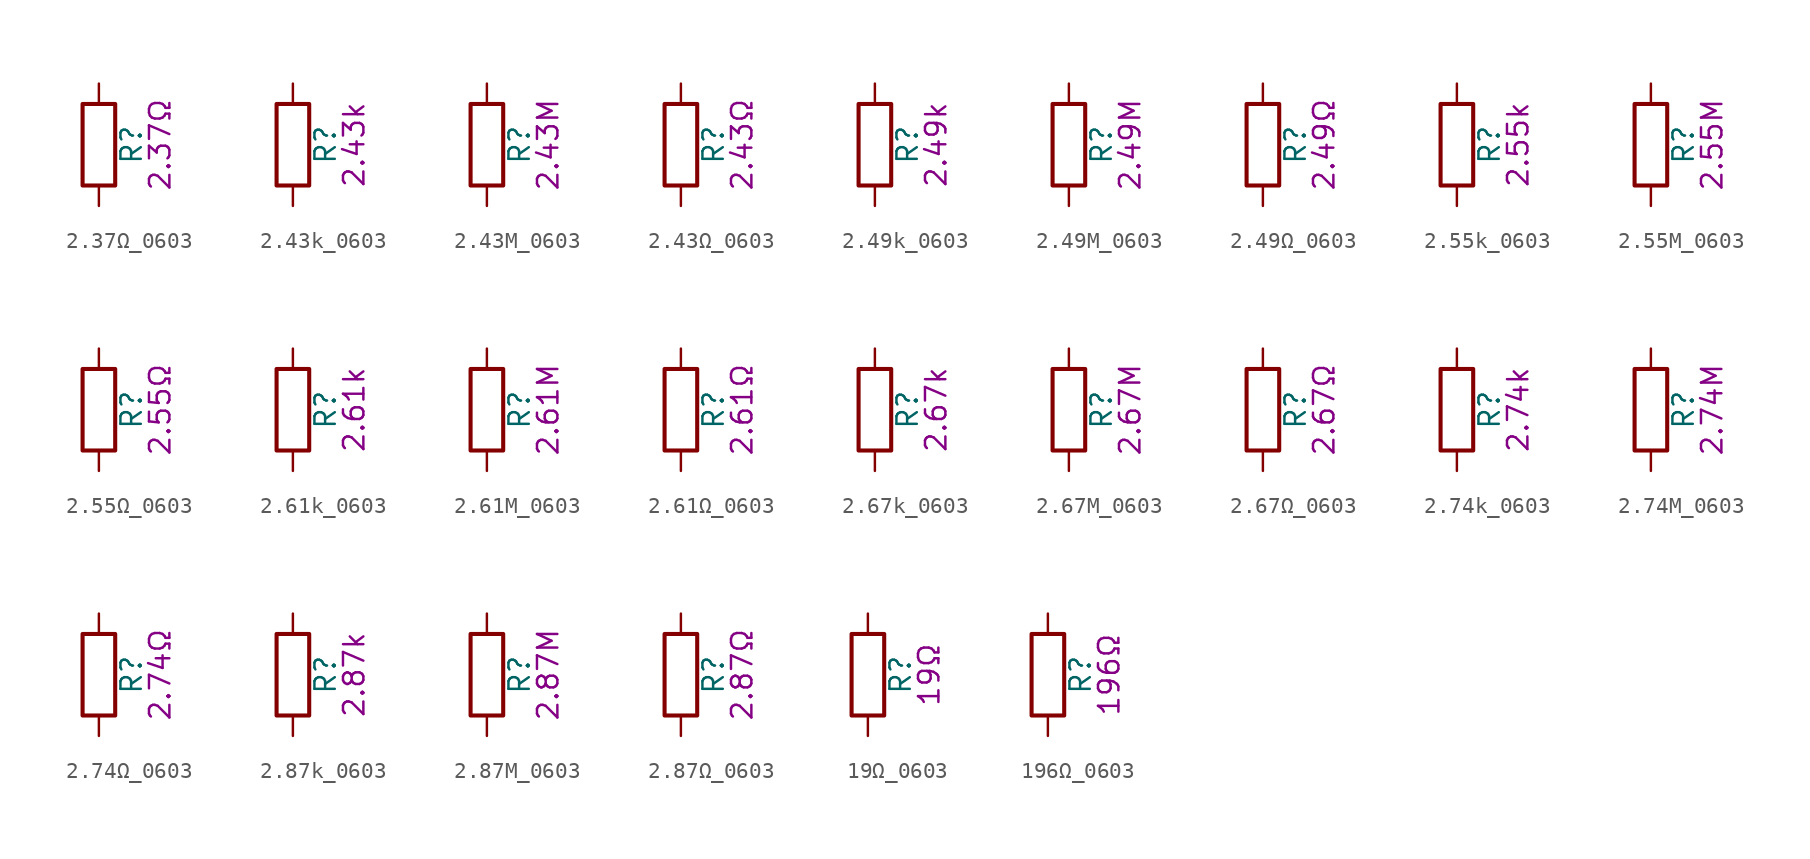
<source format=kicad_sym>
(kicad_symbol_lib
  (version 20211014)
  (generator kicad_symbol_editor)
  (symbol "2.37Ω_0603"
    (pin_numbers hide)
    (pin_names
      (offset 0))
    (property "Reference" "R"
      (at 2.032 0 90)
      (effects (font (size 1.27 1.27))))
    (property "Display" "2.37Ω"
      (at 3.81 0 90)
      (effects (font (size 1.27 1.27))))
    (symbol "2.37Ω_0603_0_1"
      (rectangle (start -1.016 -2.54) (end 1.016 2.54) (stroke (width 0.254) (type default) (color 0 0 0 0)) (fill (type none))))
    (symbol "2.37Ω_0603_1_1"
      (pin passive line (at 0 3.81 270) (length 1.27) (name "~" (effects (font (size 1.27 1.27)))) (number "1" (effects (font (size 1.27 1.27)))))
      (pin passive line (at 0 -3.81 90) (length 1.27) (name "~" (effects (font (size 1.27 1.27)))) (number "2" (effects (font (size 1.27 1.27)))))))
  (symbol "2.43k_0603"
    (pin_numbers hide)
    (pin_names
      (offset 0))
    (property "Reference" "R"
      (at 2.032 0 90)
      (effects (font (size 1.27 1.27))))
    (property "Display" "2.43k"
      (at 3.81 0 90)
      (effects (font (size 1.27 1.27))))
    (symbol "2.43k_0603_0_1"
      (rectangle (start -1.016 -2.54) (end 1.016 2.54) (stroke (width 0.254) (type default) (color 0 0 0 0)) (fill (type none))))
    (symbol "2.43k_0603_1_1"
      (pin passive line (at 0 3.81 270) (length 1.27) (name "~" (effects (font (size 1.27 1.27)))) (number "1" (effects (font (size 1.27 1.27)))))
      (pin passive line (at 0 -3.81 90) (length 1.27) (name "~" (effects (font (size 1.27 1.27)))) (number "2" (effects (font (size 1.27 1.27)))))))
  (symbol "2.43M_0603"
    (pin_numbers hide)
    (pin_names
      (offset 0))
    (property "Reference" "R"
      (at 2.032 0 90)
      (effects (font (size 1.27 1.27))))
    (property "Display" "2.43M"
      (at 3.81 0 90)
      (effects (font (size 1.27 1.27))))
    (symbol "2.43M_0603_0_1"
      (rectangle (start -1.016 -2.54) (end 1.016 2.54) (stroke (width 0.254) (type default) (color 0 0 0 0)) (fill (type none))))
    (symbol "2.43M_0603_1_1"
      (pin passive line (at 0 3.81 270) (length 1.27) (name "~" (effects (font (size 1.27 1.27)))) (number "1" (effects (font (size 1.27 1.27)))))
      (pin passive line (at 0 -3.81 90) (length 1.27) (name "~" (effects (font (size 1.27 1.27)))) (number "2" (effects (font (size 1.27 1.27)))))))
  (symbol "2.43Ω_0603"
    (pin_numbers hide)
    (pin_names
      (offset 0))
    (property "Reference" "R"
      (at 2.032 0 90)
      (effects (font (size 1.27 1.27))))
    (property "Display" "2.43Ω"
      (at 3.81 0 90)
      (effects (font (size 1.27 1.27))))
    (symbol "2.43Ω_0603_0_1"
      (rectangle (start -1.016 -2.54) (end 1.016 2.54) (stroke (width 0.254) (type default) (color 0 0 0 0)) (fill (type none))))
    (symbol "2.43Ω_0603_1_1"
      (pin passive line (at 0 3.81 270) (length 1.27) (name "~" (effects (font (size 1.27 1.27)))) (number "1" (effects (font (size 1.27 1.27)))))
      (pin passive line (at 0 -3.81 90) (length 1.27) (name "~" (effects (font (size 1.27 1.27)))) (number "2" (effects (font (size 1.27 1.27)))))))
  (symbol "2.49k_0603"
    (pin_numbers hide)
    (pin_names
      (offset 0))
    (property "Reference" "R"
      (at 2.032 0 90)
      (effects (font (size 1.27 1.27))))
    (property "Display" "2.49k"
      (at 3.81 0 90)
      (effects (font (size 1.27 1.27))))
    (symbol "2.49k_0603_0_1"
      (rectangle (start -1.016 -2.54) (end 1.016 2.54) (stroke (width 0.254) (type default) (color 0 0 0 0)) (fill (type none))))
    (symbol "2.49k_0603_1_1"
      (pin passive line (at 0 3.81 270) (length 1.27) (name "~" (effects (font (size 1.27 1.27)))) (number "1" (effects (font (size 1.27 1.27)))))
      (pin passive line (at 0 -3.81 90) (length 1.27) (name "~" (effects (font (size 1.27 1.27)))) (number "2" (effects (font (size 1.27 1.27)))))))
  (symbol "2.49M_0603"
    (pin_numbers hide)
    (pin_names
      (offset 0))
    (property "Reference" "R"
      (at 2.032 0 90)
      (effects (font (size 1.27 1.27))))
    (property "Display" "2.49M"
      (at 3.81 0 90)
      (effects (font (size 1.27 1.27))))
    (symbol "2.49M_0603_0_1"
      (rectangle (start -1.016 -2.54) (end 1.016 2.54) (stroke (width 0.254) (type default) (color 0 0 0 0)) (fill (type none))))
    (symbol "2.49M_0603_1_1"
      (pin passive line (at 0 3.81 270) (length 1.27) (name "~" (effects (font (size 1.27 1.27)))) (number "1" (effects (font (size 1.27 1.27)))))
      (pin passive line (at 0 -3.81 90) (length 1.27) (name "~" (effects (font (size 1.27 1.27)))) (number "2" (effects (font (size 1.27 1.27)))))))
  (symbol "2.49Ω_0603"
    (pin_numbers hide)
    (pin_names
      (offset 0))
    (property "Reference" "R"
      (at 2.032 0 90)
      (effects (font (size 1.27 1.27))))
    (property "Display" "2.49Ω"
      (at 3.81 0 90)
      (effects (font (size 1.27 1.27))))
    (symbol "2.49Ω_0603_0_1"
      (rectangle (start -1.016 -2.54) (end 1.016 2.54) (stroke (width 0.254) (type default) (color 0 0 0 0)) (fill (type none))))
    (symbol "2.49Ω_0603_1_1"
      (pin passive line (at 0 3.81 270) (length 1.27) (name "~" (effects (font (size 1.27 1.27)))) (number "1" (effects (font (size 1.27 1.27)))))
      (pin passive line (at 0 -3.81 90) (length 1.27) (name "~" (effects (font (size 1.27 1.27)))) (number "2" (effects (font (size 1.27 1.27)))))))
  (symbol "2.55k_0603"
    (pin_numbers hide)
    (pin_names
      (offset 0))
    (property "Reference" "R"
      (at 2.032 0 90)
      (effects (font (size 1.27 1.27))))
    (property "Display" "2.55k"
      (at 3.81 0 90)
      (effects (font (size 1.27 1.27))))
    (symbol "2.55k_0603_0_1"
      (rectangle (start -1.016 -2.54) (end 1.016 2.54) (stroke (width 0.254) (type default) (color 0 0 0 0)) (fill (type none))))
    (symbol "2.55k_0603_1_1"
      (pin passive line (at 0 3.81 270) (length 1.27) (name "~" (effects (font (size 1.27 1.27)))) (number "1" (effects (font (size 1.27 1.27)))))
      (pin passive line (at 0 -3.81 90) (length 1.27) (name "~" (effects (font (size 1.27 1.27)))) (number "2" (effects (font (size 1.27 1.27)))))))
  (symbol "2.55M_0603"
    (pin_numbers hide)
    (pin_names
      (offset 0))
    (property "Reference" "R"
      (at 2.032 0 90)
      (effects (font (size 1.27 1.27))))
    (property "Display" "2.55M"
      (at 3.81 0 90)
      (effects (font (size 1.27 1.27))))
    (symbol "2.55M_0603_0_1"
      (rectangle (start -1.016 -2.54) (end 1.016 2.54) (stroke (width 0.254) (type default) (color 0 0 0 0)) (fill (type none))))
    (symbol "2.55M_0603_1_1"
      (pin passive line (at 0 3.81 270) (length 1.27) (name "~" (effects (font (size 1.27 1.27)))) (number "1" (effects (font (size 1.27 1.27)))))
      (pin passive line (at 0 -3.81 90) (length 1.27) (name "~" (effects (font (size 1.27 1.27)))) (number "2" (effects (font (size 1.27 1.27)))))))
  (symbol "2.55Ω_0603"
    (pin_numbers hide)
    (pin_names
      (offset 0))
    (property "Reference" "R"
      (at 2.032 0 90)
      (effects (font (size 1.27 1.27))))
    (property "Display" "2.55Ω"
      (at 3.81 0 90)
      (effects (font (size 1.27 1.27))))
    (symbol "2.55Ω_0603_0_1"
      (rectangle (start -1.016 -2.54) (end 1.016 2.54) (stroke (width 0.254) (type default) (color 0 0 0 0)) (fill (type none))))
    (symbol "2.55Ω_0603_1_1"
      (pin passive line (at 0 3.81 270) (length 1.27) (name "~" (effects (font (size 1.27 1.27)))) (number "1" (effects (font (size 1.27 1.27)))))
      (pin passive line (at 0 -3.81 90) (length 1.27) (name "~" (effects (font (size 1.27 1.27)))) (number "2" (effects (font (size 1.27 1.27)))))))
  (symbol "2.61k_0603"
    (pin_numbers hide)
    (pin_names
      (offset 0))
    (property "Reference" "R"
      (at 2.032 0 90)
      (effects (font (size 1.27 1.27))))
    (property "Display" "2.61k"
      (at 3.81 0 90)
      (effects (font (size 1.27 1.27))))
    (symbol "2.61k_0603_0_1"
      (rectangle (start -1.016 -2.54) (end 1.016 2.54) (stroke (width 0.254) (type default) (color 0 0 0 0)) (fill (type none))))
    (symbol "2.61k_0603_1_1"
      (pin passive line (at 0 3.81 270) (length 1.27) (name "~" (effects (font (size 1.27 1.27)))) (number "1" (effects (font (size 1.27 1.27)))))
      (pin passive line (at 0 -3.81 90) (length 1.27) (name "~" (effects (font (size 1.27 1.27)))) (number "2" (effects (font (size 1.27 1.27)))))))
  (symbol "2.61M_0603"
    (pin_numbers hide)
    (pin_names
      (offset 0))
    (property "Reference" "R"
      (at 2.032 0 90)
      (effects (font (size 1.27 1.27))))
    (property "Display" "2.61M"
      (at 3.81 0 90)
      (effects (font (size 1.27 1.27))))
    (symbol "2.61M_0603_0_1"
      (rectangle (start -1.016 -2.54) (end 1.016 2.54) (stroke (width 0.254) (type default) (color 0 0 0 0)) (fill (type none))))
    (symbol "2.61M_0603_1_1"
      (pin passive line (at 0 3.81 270) (length 1.27) (name "~" (effects (font (size 1.27 1.27)))) (number "1" (effects (font (size 1.27 1.27)))))
      (pin passive line (at 0 -3.81 90) (length 1.27) (name "~" (effects (font (size 1.27 1.27)))) (number "2" (effects (font (size 1.27 1.27)))))))
  (symbol "2.61Ω_0603"
    (pin_numbers hide)
    (pin_names
      (offset 0))
    (property "Reference" "R"
      (at 2.032 0 90)
      (effects (font (size 1.27 1.27))))
    (property "Display" "2.61Ω"
      (at 3.81 0 90)
      (effects (font (size 1.27 1.27))))
    (symbol "2.61Ω_0603_0_1"
      (rectangle (start -1.016 -2.54) (end 1.016 2.54) (stroke (width 0.254) (type default) (color 0 0 0 0)) (fill (type none))))
    (symbol "2.61Ω_0603_1_1"
      (pin passive line (at 0 3.81 270) (length 1.27) (name "~" (effects (font (size 1.27 1.27)))) (number "1" (effects (font (size 1.27 1.27)))))
      (pin passive line (at 0 -3.81 90) (length 1.27) (name "~" (effects (font (size 1.27 1.27)))) (number "2" (effects (font (size 1.27 1.27)))))))
  (symbol "2.67k_0603"
    (pin_numbers hide)
    (pin_names
      (offset 0))
    (property "Reference" "R"
      (at 2.032 0 90)
      (effects (font (size 1.27 1.27))))
    (property "Display" "2.67k"
      (at 3.81 0 90)
      (effects (font (size 1.27 1.27))))
    (symbol "2.67k_0603_0_1"
      (rectangle (start -1.016 -2.54) (end 1.016 2.54) (stroke (width 0.254) (type default) (color 0 0 0 0)) (fill (type none))))
    (symbol "2.67k_0603_1_1"
      (pin passive line (at 0 3.81 270) (length 1.27) (name "~" (effects (font (size 1.27 1.27)))) (number "1" (effects (font (size 1.27 1.27)))))
      (pin passive line (at 0 -3.81 90) (length 1.27) (name "~" (effects (font (size 1.27 1.27)))) (number "2" (effects (font (size 1.27 1.27)))))))
  (symbol "2.67M_0603"
    (pin_numbers hide)
    (pin_names
      (offset 0))
    (property "Reference" "R"
      (at 2.032 0 90)
      (effects (font (size 1.27 1.27))))
    (property "Display" "2.67M"
      (at 3.81 0 90)
      (effects (font (size 1.27 1.27))))
    (symbol "2.67M_0603_0_1"
      (rectangle (start -1.016 -2.54) (end 1.016 2.54) (stroke (width 0.254) (type default) (color 0 0 0 0)) (fill (type none))))
    (symbol "2.67M_0603_1_1"
      (pin passive line (at 0 3.81 270) (length 1.27) (name "~" (effects (font (size 1.27 1.27)))) (number "1" (effects (font (size 1.27 1.27)))))
      (pin passive line (at 0 -3.81 90) (length 1.27) (name "~" (effects (font (size 1.27 1.27)))) (number "2" (effects (font (size 1.27 1.27)))))))
  (symbol "2.67Ω_0603"
    (pin_numbers hide)
    (pin_names
      (offset 0))
    (property "Reference" "R"
      (at 2.032 0 90)
      (effects (font (size 1.27 1.27))))
    (property "Display" "2.67Ω"
      (at 3.81 0 90)
      (effects (font (size 1.27 1.27))))
    (symbol "2.67Ω_0603_0_1"
      (rectangle (start -1.016 -2.54) (end 1.016 2.54) (stroke (width 0.254) (type default) (color 0 0 0 0)) (fill (type none))))
    (symbol "2.67Ω_0603_1_1"
      (pin passive line (at 0 3.81 270) (length 1.27) (name "~" (effects (font (size 1.27 1.27)))) (number "1" (effects (font (size 1.27 1.27)))))
      (pin passive line (at 0 -3.81 90) (length 1.27) (name "~" (effects (font (size 1.27 1.27)))) (number "2" (effects (font (size 1.27 1.27)))))))
  (symbol "2.74k_0603"
    (pin_numbers hide)
    (pin_names
      (offset 0))
    (property "Reference" "R"
      (at 2.032 0 90)
      (effects (font (size 1.27 1.27))))
    (property "Display" "2.74k"
      (at 3.81 0 90)
      (effects (font (size 1.27 1.27))))
    (symbol "2.74k_0603_0_1"
      (rectangle (start -1.016 -2.54) (end 1.016 2.54) (stroke (width 0.254) (type default) (color 0 0 0 0)) (fill (type none))))
    (symbol "2.74k_0603_1_1"
      (pin passive line (at 0 3.81 270) (length 1.27) (name "~" (effects (font (size 1.27 1.27)))) (number "1" (effects (font (size 1.27 1.27)))))
      (pin passive line (at 0 -3.81 90) (length 1.27) (name "~" (effects (font (size 1.27 1.27)))) (number "2" (effects (font (size 1.27 1.27)))))))
  (symbol "2.74M_0603"
    (pin_numbers hide)
    (pin_names
      (offset 0))
    (property "Reference" "R"
      (at 2.032 0 90)
      (effects (font (size 1.27 1.27))))
    (property "Display" "2.74M"
      (at 3.81 0 90)
      (effects (font (size 1.27 1.27))))
    (symbol "2.74M_0603_0_1"
      (rectangle (start -1.016 -2.54) (end 1.016 2.54) (stroke (width 0.254) (type default) (color 0 0 0 0)) (fill (type none))))
    (symbol "2.74M_0603_1_1"
      (pin passive line (at 0 3.81 270) (length 1.27) (name "~" (effects (font (size 1.27 1.27)))) (number "1" (effects (font (size 1.27 1.27)))))
      (pin passive line (at 0 -3.81 90) (length 1.27) (name "~" (effects (font (size 1.27 1.27)))) (number "2" (effects (font (size 1.27 1.27)))))))
  (symbol "2.74Ω_0603"
    (pin_numbers hide)
    (pin_names
      (offset 0))
    (property "Reference" "R"
      (at 2.032 0 90)
      (effects (font (size 1.27 1.27))))
    (property "Display" "2.74Ω"
      (at 3.81 0 90)
      (effects (font (size 1.27 1.27))))
    (symbol "2.74Ω_0603_0_1"
      (rectangle (start -1.016 -2.54) (end 1.016 2.54) (stroke (width 0.254) (type default) (color 0 0 0 0)) (fill (type none))))
    (symbol "2.74Ω_0603_1_1"
      (pin passive line (at 0 3.81 270) (length 1.27) (name "~" (effects (font (size 1.27 1.27)))) (number "1" (effects (font (size 1.27 1.27)))))
      (pin passive line (at 0 -3.81 90) (length 1.27) (name "~" (effects (font (size 1.27 1.27)))) (number "2" (effects (font (size 1.27 1.27)))))))
  (symbol "2.87k_0603"
    (pin_numbers hide)
    (pin_names
      (offset 0))
    (property "Reference" "R"
      (at 2.032 0 90)
      (effects (font (size 1.27 1.27))))
    (property "Display" "2.87k"
      (at 3.81 0 90)
      (effects (font (size 1.27 1.27))))
    (symbol "2.87k_0603_0_1"
      (rectangle (start -1.016 -2.54) (end 1.016 2.54) (stroke (width 0.254) (type default) (color 0 0 0 0)) (fill (type none))))
    (symbol "2.87k_0603_1_1"
      (pin passive line (at 0 3.81 270) (length 1.27) (name "~" (effects (font (size 1.27 1.27)))) (number "1" (effects (font (size 1.27 1.27)))))
      (pin passive line (at 0 -3.81 90) (length 1.27) (name "~" (effects (font (size 1.27 1.27)))) (number "2" (effects (font (size 1.27 1.27)))))))
  (symbol "2.87M_0603"
    (pin_numbers hide)
    (pin_names
      (offset 0))
    (property "Reference" "R"
      (at 2.032 0 90)
      (effects (font (size 1.27 1.27))))
    (property "Display" "2.87M"
      (at 3.81 0 90)
      (effects (font (size 1.27 1.27))))
    (symbol "2.87M_0603_0_1"
      (rectangle (start -1.016 -2.54) (end 1.016 2.54) (stroke (width 0.254) (type default) (color 0 0 0 0)) (fill (type none))))
    (symbol "2.87M_0603_1_1"
      (pin passive line (at 0 3.81 270) (length 1.27) (name "~" (effects (font (size 1.27 1.27)))) (number "1" (effects (font (size 1.27 1.27)))))
      (pin passive line (at 0 -3.81 90) (length 1.27) (name "~" (effects (font (size 1.27 1.27)))) (number "2" (effects (font (size 1.27 1.27)))))))
  (symbol "2.87Ω_0603"
    (pin_numbers hide)
    (pin_names
      (offset 0))
    (property "Reference" "R"
      (at 2.032 0 90)
      (effects (font (size 1.27 1.27))))
    (property "Display" "2.87Ω"
      (at 3.81 0 90)
      (effects (font (size 1.27 1.27))))
    (symbol "2.87Ω_0603_0_1"
      (rectangle (start -1.016 -2.54) (end 1.016 2.54) (stroke (width 0.254) (type default) (color 0 0 0 0)) (fill (type none))))
    (symbol "2.87Ω_0603_1_1"
      (pin passive line (at 0 3.81 270) (length 1.27) (name "~" (effects (font (size 1.27 1.27)))) (number "1" (effects (font (size 1.27 1.27)))))
      (pin passive line (at 0 -3.81 90) (length 1.27) (name "~" (effects (font (size 1.27 1.27)))) (number "2" (effects (font (size 1.27 1.27)))))))
  (symbol "19Ω_0603"
    (pin_numbers hide)
    (pin_names
      (offset 0))
    (property "Reference" "R"
      (at 2.032 0 90)
      (effects (font (size 1.27 1.27))))
    (property "Display" "19Ω"
      (at 3.81 0 90)
      (effects (font (size 1.27 1.27))))
    (symbol "19Ω_0603_0_1"
      (rectangle (start -1.016 -2.54) (end 1.016 2.54) (stroke (width 0.254) (type default) (color 0 0 0 0)) (fill (type none))))
    (symbol "19Ω_0603_1_1"
      (pin passive line (at 0 3.81 270) (length 1.27) (name "~" (effects (font (size 1.27 1.27)))) (number "1" (effects (font (size 1.27 1.27)))))
      (pin passive line (at 0 -3.81 90) (length 1.27) (name "~" (effects (font (size 1.27 1.27)))) (number "2" (effects (font (size 1.27 1.27)))))))
  (symbol "196Ω_0603"
    (pin_numbers hide)
    (pin_names
      (offset 0))
    (property "Reference" "R"
      (at 2.032 0 90)
      (effects (font (size 1.27 1.27))))
    (property "Display" "196Ω"
      (at 3.81 0 90)
      (effects (font (size 1.27 1.27))))
    (symbol "196Ω_0603_0_1"
      (rectangle (start -1.016 -2.54) (end 1.016 2.54) (stroke (width 0.254) (type default) (color 0 0 0 0)) (fill (type none))))
    (symbol "196Ω_0603_1_1"
      (pin passive line (at 0 3.81 270) (length 1.27) (name "~" (effects (font (size 1.27 1.27)))) (number "1" (effects (font (size 1.27 1.27)))))
      (pin passive line (at 0 -3.81 90) (length 1.27) (name "~" (effects (font (size 1.27 1.27)))) (number "2" (effects (font (size 1.27 1.27))))))))
</source>
